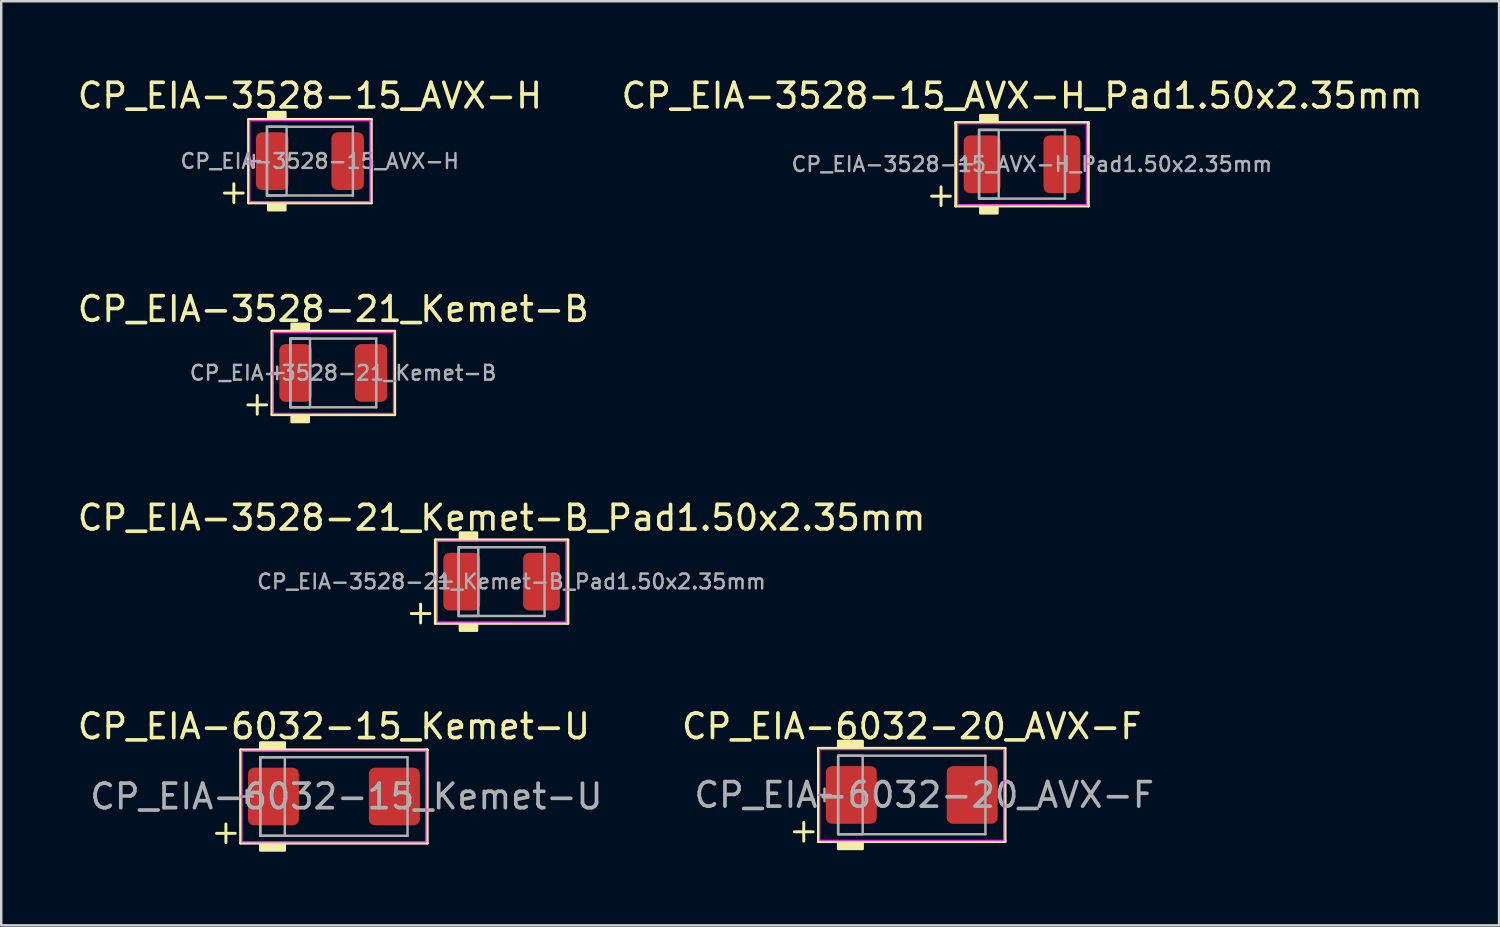
<source format=kicad_pcb>
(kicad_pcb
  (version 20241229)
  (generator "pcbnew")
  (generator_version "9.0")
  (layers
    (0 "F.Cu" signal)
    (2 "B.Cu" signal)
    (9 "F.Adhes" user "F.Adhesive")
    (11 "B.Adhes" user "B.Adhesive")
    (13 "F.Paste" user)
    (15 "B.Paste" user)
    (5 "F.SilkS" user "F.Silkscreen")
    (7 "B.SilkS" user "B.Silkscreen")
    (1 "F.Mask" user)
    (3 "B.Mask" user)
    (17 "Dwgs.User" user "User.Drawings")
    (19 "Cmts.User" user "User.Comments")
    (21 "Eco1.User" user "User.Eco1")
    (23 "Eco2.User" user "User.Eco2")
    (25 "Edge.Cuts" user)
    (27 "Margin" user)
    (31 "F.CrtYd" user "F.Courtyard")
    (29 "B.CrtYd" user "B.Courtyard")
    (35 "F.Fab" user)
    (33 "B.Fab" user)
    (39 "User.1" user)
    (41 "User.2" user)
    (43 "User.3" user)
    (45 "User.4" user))
  (footprint "CP_EIA-3528-15_AVX-H"
    (layer "F.Cu")
    (at 9.577 3.515)
    (property "Reference" "CP_EIA-3528-15_AVX-H" (at 0 -2.667 0) (layer "F.SilkS") (effects (font (size 1 1) (thickness 0.15))))
    (attr smd)
    (fp_line (start -3.481 1.3) (end -2.719 1.3) (stroke (width 0.12) (type solid)) (layer "F.SilkS"))
    (fp_line (start -3.1 0.919) (end -3.1 1.681) (stroke (width 0.12) (type solid)) (layer "F.SilkS"))
    (fp_line (start -2.5 -1.7) (end -2.5 1.7) (stroke (width 0.12) (type solid)) (layer "F.SilkS"))
    (fp_line (start -2.5 1.7) (end 2.5 1.7) (stroke (width 0.12) (type solid)) (layer "F.SilkS"))
    (fp_line (start 2.5 -1.7) (end -2.5 -1.7) (stroke (width 0.12) (type solid)) (layer "F.SilkS"))
    (fp_line (start 2.5 1.7) (end 2.5 -1.7) (stroke (width 0.12) (type solid)) (layer "F.SilkS"))
    (fp_poly (pts (xy -1 -1.7) (xy -1.7 -1.7) (xy -1.7 -2) (xy -1 -2)) (stroke (width 0.1) (type solid)) (fill yes) (layer "F.SilkS"))
    (fp_poly (pts (xy -1 2) (xy -1.7 2) (xy -1.7 1.7) (xy -1 1.7)) (stroke (width 0.1) (type solid)) (fill yes) (layer "F.SilkS"))
    (fp_line (start -2.45 -1.65) (end 2.45 -1.65) (stroke (width 0.05) (type solid)) (layer "F.CrtYd"))
    (fp_line (start -2.45 1.65) (end -2.45 -1.65) (stroke (width 0.05) (type solid)) (layer "F.CrtYd"))
    (fp_line (start 2.45 -1.65) (end 2.45 1.65) (stroke (width 0.05) (type solid)) (layer "F.CrtYd"))
    (fp_line (start 2.45 1.65) (end -2.45 1.65) (stroke (width 0.05) (type solid)) (layer "F.CrtYd"))
    (fp_line (start -2.286 -0.254) (end -2.286 0.254) (stroke (width 0.1) (type solid)) (layer "F.Fab"))
    (fp_line (start -2.032 0) (end -2.54 0) (stroke (width 0.1) (type solid)) (layer "F.Fab"))
    (fp_line (start -1.75 -1.4) (end -1.75 1.4) (stroke (width 0.1) (type solid)) (layer "F.Fab"))
    (fp_line (start -1.75 1.4) (end 1.75 1.4) (stroke (width 0.1) (type solid)) (layer "F.Fab"))
    (fp_line (start 1.75 -1.4) (end -1.75 -1.4) (stroke (width 0.1) (type solid)) (layer "F.Fab"))
    (fp_line (start 1.75 1.4) (end 1.75 -1.4) (stroke (width 0.1) (type solid)) (layer "F.Fab"))
    (fp_rect (start -1.75 -1.4) (end -0.95 1.4) (stroke (width 0.1) (type solid)) (fill no) (layer "F.Fab"))
    (fp_text user "${REFERENCE}" (at 0.4 0 0) (layer "F.Fab") (effects (font (size 0.6 0.6) (thickness 0.1))))
    (pad "1" smd roundrect (at -1.538 0) (size 1.325 2.35) (layers "F.Cu" "F.Mask" "F.Paste") (roundrect_rratio 0.189))
    (pad "2" smd roundrect (at 1.538 0) (size 1.325 2.35) (layers "F.Cu" "F.Mask" "F.Paste") (roundrect_rratio 0.189)))
  (footprint "CP_EIA-3528-21_Kemet-B"
    (layer "F.Cu")
    (at 10.53 12.144)
    (property "Reference" "CP_EIA-3528-21_Kemet-B" (at 0 -2.603 0) (layer "F.SilkS") (effects (font (size 1 1) (thickness 0.15))))
    (attr smd)
    (fp_line (start -3.481 1.3) (end -2.719 1.3) (stroke (width 0.12) (type solid)) (layer "F.SilkS"))
    (fp_line (start -3.1 0.919) (end -3.1 1.681) (stroke (width 0.12) (type solid)) (layer "F.SilkS"))
    (fp_line (start -2.5 -1.7) (end -2.5 1.7) (stroke (width 0.12) (type solid)) (layer "F.SilkS"))
    (fp_line (start -2.5 1.7) (end 2.5 1.7) (stroke (width 0.12) (type solid)) (layer "F.SilkS"))
    (fp_line (start 2.5 -1.7) (end -2.5 -1.7) (stroke (width 0.12) (type solid)) (layer "F.SilkS"))
    (fp_line (start 2.5 1.7) (end 2.5 -1.7) (stroke (width 0.12) (type solid)) (layer "F.SilkS"))
    (fp_poly (pts (xy -1 -1.7) (xy -1.7 -1.7) (xy -1.7 -2) (xy -1 -2)) (stroke (width 0.1) (type solid)) (fill yes) (layer "F.SilkS"))
    (fp_poly (pts (xy -1 2) (xy -1.7 2) (xy -1.7 1.7) (xy -1 1.7)) (stroke (width 0.1) (type solid)) (fill yes) (layer "F.SilkS"))
    (fp_line (start -2.45 -1.65) (end 2.45 -1.65) (stroke (width 0.05) (type solid)) (layer "F.CrtYd"))
    (fp_line (start -2.45 1.65) (end -2.45 -1.65) (stroke (width 0.05) (type solid)) (layer "F.CrtYd"))
    (fp_line (start 2.45 -1.65) (end 2.45 1.65) (stroke (width 0.05) (type solid)) (layer "F.CrtYd"))
    (fp_line (start 2.45 1.65) (end -2.45 1.65) (stroke (width 0.05) (type solid)) (layer "F.CrtYd"))
    (fp_line (start -2.286 -0.254) (end -2.286 0.254) (stroke (width 0.1) (type solid)) (layer "F.Fab"))
    (fp_line (start -2.032 0) (end -2.54 0) (stroke (width 0.1) (type solid)) (layer "F.Fab"))
    (fp_line (start -1.75 -1.4) (end -1.75 1.4) (stroke (width 0.1) (type solid)) (layer "F.Fab"))
    (fp_line (start -1.75 1.4) (end 1.75 1.4) (stroke (width 0.1) (type solid)) (layer "F.Fab"))
    (fp_line (start 1.75 -1.4) (end -1.75 -1.4) (stroke (width 0.1) (type solid)) (layer "F.Fab"))
    (fp_line (start 1.75 1.4) (end 1.75 -1.4) (stroke (width 0.1) (type solid)) (layer "F.Fab"))
    (fp_rect (start -1.75 -1.4) (end -0.95 1.4) (stroke (width 0.1) (type solid)) (fill no) (layer "F.Fab"))
    (fp_text user "${REFERENCE}" (at 0.4 0 0) (layer "F.Fab") (effects (font (size 0.6 0.6) (thickness 0.1))))
    (pad "1" smd roundrect (at -1.538 0) (size 1.325 2.35) (layers "F.Cu" "F.Mask" "F.Paste") (roundrect_rratio 0.189))
    (pad "2" smd roundrect (at 1.538 0) (size 1.325 2.35) (layers "F.Cu" "F.Mask" "F.Paste") (roundrect_rratio 0.189)))
  (footprint "CP_EIA-3528-21_Kemet-B_Pad1.50x2.35mm"
    (layer "F.Cu")
    (at 17.387 20.646)
    (property "Reference" "CP_EIA-3528-21_Kemet-B_Pad1.50x2.35mm" (at 0 -2.603 0) (layer "F.SilkS") (effects (font (size 1 1) (thickness 0.15))))
    (attr smd)
    (fp_line (start -3.681 1.3) (end -2.919 1.3) (stroke (width 0.12) (type solid)) (layer "F.SilkS"))
    (fp_line (start -3.3 0.919) (end -3.3 1.681) (stroke (width 0.12) (type solid)) (layer "F.SilkS"))
    (fp_line (start -2.7 -1.7) (end -2.7 1.7) (stroke (width 0.12) (type solid)) (layer "F.SilkS"))
    (fp_line (start -2.7 1.7) (end 2.7 1.7) (stroke (width 0.12) (type solid)) (layer "F.SilkS"))
    (fp_line (start 2.7 -1.7) (end -2.7 -1.7) (stroke (width 0.12) (type solid)) (layer "F.SilkS"))
    (fp_line (start 2.7 1.7) (end 2.7 -1.7) (stroke (width 0.12) (type solid)) (layer "F.SilkS"))
    (fp_poly (pts (xy -1 -1.7) (xy -1.7 -1.7) (xy -1.7 -2) (xy -1 -2)) (stroke (width 0.1) (type solid)) (fill yes) (layer "F.SilkS"))
    (fp_poly (pts (xy -1 2) (xy -1.7 2) (xy -1.7 1.7) (xy -1 1.7)) (stroke (width 0.1) (type solid)) (fill yes) (layer "F.SilkS"))
    (fp_line (start -2.62 -1.65) (end 2.62 -1.65) (stroke (width 0.05) (type solid)) (layer "F.CrtYd"))
    (fp_line (start -2.62 1.65) (end -2.62 -1.65) (stroke (width 0.05) (type solid)) (layer "F.CrtYd"))
    (fp_line (start 2.62 -1.65) (end 2.62 1.65) (stroke (width 0.05) (type solid)) (layer "F.CrtYd"))
    (fp_line (start 2.62 1.65) (end -2.62 1.65) (stroke (width 0.05) (type solid)) (layer "F.CrtYd"))
    (fp_line (start -2.286 -0.254) (end -2.286 0.254) (stroke (width 0.1) (type solid)) (layer "F.Fab"))
    (fp_line (start -2.032 0) (end -2.54 0) (stroke (width 0.1) (type solid)) (layer "F.Fab"))
    (fp_line (start -1.75 -1.4) (end -1.75 1.4) (stroke (width 0.1) (type solid)) (layer "F.Fab"))
    (fp_line (start -1.75 1.4) (end 1.75 1.4) (stroke (width 0.1) (type solid)) (layer "F.Fab"))
    (fp_line (start 1.75 -1.4) (end -1.75 -1.4) (stroke (width 0.1) (type solid)) (layer "F.Fab"))
    (fp_line (start 1.75 1.4) (end 1.75 -1.4) (stroke (width 0.1) (type solid)) (layer "F.Fab"))
    (fp_rect (start -1.75 -1.4) (end -0.95 1.4) (stroke (width 0.1) (type solid)) (fill no) (layer "F.Fab"))
    (fp_text user "${REFERENCE}" (at 0.4 0 0) (layer "F.Fab") (effects (font (size 0.6 0.6) (thickness 0.1))))
    (pad "1" smd roundrect (at -1.625 0) (size 1.5 2.35) (layers "F.Cu" "F.Mask" "F.Paste") (roundrect_rratio 0.167))
    (pad "2" smd roundrect (at 1.625 0) (size 1.5 2.35) (layers "F.Cu" "F.Mask" "F.Paste") (roundrect_rratio 0.167)))
  (footprint "CP_EIA-6032-20_AVX-F"
    (layer "F.Cu")
    (at 34.097 29.338)
    (property "Reference" "CP_EIA-6032-20_AVX-F" (at 0 -2.794 0) (layer "F.SilkS") (effects (font (size 1 1) (thickness 0.15))))
    (attr smd)
    (fp_line (start -4.781 1.5) (end -4.019 1.5) (stroke (width 0.12) (type solid)) (layer "F.SilkS"))
    (fp_line (start -4.4 1.119) (end -4.4 1.881) (stroke (width 0.12) (type solid)) (layer "F.SilkS"))
    (fp_line (start -3.8 -1.9) (end -3.8 1.9) (stroke (width 0.12) (type solid)) (layer "F.SilkS"))
    (fp_line (start -3.8 1.9) (end 3.8 1.9) (stroke (width 0.12) (type solid)) (layer "F.SilkS"))
    (fp_line (start 3.8 -1.9) (end -3.8 -1.9) (stroke (width 0.12) (type solid)) (layer "F.SilkS"))
    (fp_line (start 3.8 1.9) (end 3.8 -1.9) (stroke (width 0.12) (type solid)) (layer "F.SilkS"))
    (fp_poly (pts (xy -2 -1.9) (xy -3 -1.9) (xy -3 -2.2) (xy -2 -2.2)) (stroke (width 0.1) (type solid)) (fill yes) (layer "F.SilkS"))
    (fp_poly (pts (xy -2 2.2) (xy -3 2.2) (xy -3 1.9) (xy -2 1.9)) (stroke (width 0.1) (type solid)) (fill yes) (layer "F.SilkS"))
    (fp_line (start -3.75 -1.85) (end 3.75 -1.85) (stroke (width 0.05) (type solid)) (layer "F.CrtYd"))
    (fp_line (start -3.75 1.85) (end -3.75 -1.85) (stroke (width 0.05) (type solid)) (layer "F.CrtYd"))
    (fp_line (start 3.75 -1.85) (end 3.75 1.85) (stroke (width 0.05) (type solid)) (layer "F.CrtYd"))
    (fp_line (start 3.75 1.85) (end -3.75 1.85) (stroke (width 0.05) (type solid)) (layer "F.CrtYd"))
    (fp_line (start -3.556 -0.254) (end -3.556 0.254) (stroke (width 0.1) (type solid)) (layer "F.Fab"))
    (fp_line (start -3.302 0) (end -3.81 0) (stroke (width 0.1) (type solid)) (layer "F.Fab"))
    (fp_line (start -3 -1.6) (end -3 1.6) (stroke (width 0.1) (type solid)) (layer "F.Fab"))
    (fp_line (start -3 1.6) (end 3 1.6) (stroke (width 0.1) (type solid)) (layer "F.Fab"))
    (fp_line (start 3 -1.6) (end -3 -1.6) (stroke (width 0.1) (type solid)) (layer "F.Fab"))
    (fp_line (start 3 1.6) (end 3 -1.6) (stroke (width 0.1) (type solid)) (layer "F.Fab"))
    (fp_rect (start -3 -1.6) (end -2 1.6) (stroke (width 0.1) (type solid)) (fill no) (layer "F.Fab"))
    (fp_text user "${REFERENCE}" (at 0.508 0 0) (layer "F.Fab") (effects (font (size 1 1) (thickness 0.15))))
    (pad "1" smd roundrect (at -2.462 0) (size 2.075 2.35) (layers "F.Cu" "F.Mask" "F.Paste") (roundrect_rratio 0.12))
    (pad "2" smd roundrect (at 2.462 0) (size 2.075 2.35) (layers "F.Cu" "F.Mask" "F.Paste") (roundrect_rratio 0.12)))
  (footprint "CP_EIA-6032-15_Kemet-U"
    (layer "F.Cu")
    (at 10.554 29.401)
    (property "Reference" "CP_EIA-6032-15_Kemet-U" (at 0 -2.857 0) (layer "F.SilkS") (effects (font (size 1 1) (thickness 0.15))))
    (attr smd)
    (fp_line (start -4.781 1.5) (end -4.019 1.5) (stroke (width 0.12) (type solid)) (layer "F.SilkS"))
    (fp_line (start -4.4 1.119) (end -4.4 1.881) (stroke (width 0.12) (type solid)) (layer "F.SilkS"))
    (fp_line (start -3.8 -1.9) (end -3.8 1.9) (stroke (width 0.12) (type solid)) (layer "F.SilkS"))
    (fp_line (start -3.8 1.9) (end 3.8 1.9) (stroke (width 0.12) (type solid)) (layer "F.SilkS"))
    (fp_line (start 3.8 -1.9) (end -3.8 -1.9) (stroke (width 0.12) (type solid)) (layer "F.SilkS"))
    (fp_line (start 3.8 1.9) (end 3.8 -1.9) (stroke (width 0.12) (type solid)) (layer "F.SilkS"))
    (fp_poly (pts (xy -2 -1.9) (xy -3 -1.9) (xy -3 -2.2) (xy -2 -2.2)) (stroke (width 0.1) (type solid)) (fill yes) (layer "F.SilkS"))
    (fp_poly (pts (xy -2 2.2) (xy -3 2.2) (xy -3 1.9) (xy -2 1.9)) (stroke (width 0.1) (type solid)) (fill yes) (layer "F.SilkS"))
    (fp_line (start -3.75 -1.85) (end 3.75 -1.85) (stroke (width 0.05) (type solid)) (layer "F.CrtYd"))
    (fp_line (start -3.75 1.85) (end -3.75 -1.85) (stroke (width 0.05) (type solid)) (layer "F.CrtYd"))
    (fp_line (start 3.75 -1.85) (end 3.75 1.85) (stroke (width 0.05) (type solid)) (layer "F.CrtYd"))
    (fp_line (start 3.75 1.85) (end -3.75 1.85) (stroke (width 0.05) (type solid)) (layer "F.CrtYd"))
    (fp_line (start -3.556 -0.254) (end -3.556 0.254) (stroke (width 0.1) (type solid)) (layer "F.Fab"))
    (fp_line (start -3.302 0) (end -3.81 0) (stroke (width 0.1) (type solid)) (layer "F.Fab"))
    (fp_line (start -3 -1.6) (end -3 1.6) (stroke (width 0.1) (type solid)) (layer "F.Fab"))
    (fp_line (start -3 1.6) (end 3 1.6) (stroke (width 0.1) (type solid)) (layer "F.Fab"))
    (fp_line (start 3 -1.6) (end -3 -1.6) (stroke (width 0.1) (type solid)) (layer "F.Fab"))
    (fp_line (start 3 1.6) (end 3 -1.6) (stroke (width 0.1) (type solid)) (layer "F.Fab"))
    (fp_rect (start -3 -1.6) (end -2 1.6) (stroke (width 0.1) (type solid)) (fill no) (layer "F.Fab"))
    (fp_text user "${REFERENCE}" (at 0.508 0 0) (layer "F.Fab") (effects (font (size 1 1) (thickness 0.15))))
    (pad "1" smd roundrect (at -2.462 0) (size 2.075 2.35) (layers "F.Cu" "F.Mask" "F.Paste") (roundrect_rratio 0.12))
    (pad "2" smd roundrect (at 2.462 0) (size 2.075 2.35) (layers "F.Cu" "F.Mask" "F.Paste") (roundrect_rratio 0.12)))
  (footprint "CP_EIA-3528-15_AVX-H_Pad1.50x2.35mm"
    (layer "F.Cu")
    (at 38.589 3.642)
    (property "Reference" "CP_EIA-3528-15_AVX-H_Pad1.50x2.35mm" (at 0 -2.794 0) (layer "F.SilkS") (effects (font (size 1 1) (thickness 0.15))))
    (attr smd)
    (fp_line (start -3.681 1.3) (end -2.919 1.3) (stroke (width 0.12) (type solid)) (layer "F.SilkS"))
    (fp_line (start -3.3 0.919) (end -3.3 1.681) (stroke (width 0.12) (type solid)) (layer "F.SilkS"))
    (fp_line (start -2.7 -1.7) (end -2.7 1.7) (stroke (width 0.12) (type solid)) (layer "F.SilkS"))
    (fp_line (start -2.7 1.7) (end 2.7 1.7) (stroke (width 0.12) (type solid)) (layer "F.SilkS"))
    (fp_line (start 2.7 -1.7) (end -2.7 -1.7) (stroke (width 0.12) (type solid)) (layer "F.SilkS"))
    (fp_line (start 2.7 1.7) (end 2.7 -1.7) (stroke (width 0.12) (type solid)) (layer "F.SilkS"))
    (fp_poly (pts (xy -1 -1.7) (xy -1.7 -1.7) (xy -1.7 -2) (xy -1 -2)) (stroke (width 0.1) (type solid)) (fill yes) (layer "F.SilkS"))
    (fp_poly (pts (xy -1 2) (xy -1.7 2) (xy -1.7 1.7) (xy -1 1.7)) (stroke (width 0.1) (type solid)) (fill yes) (layer "F.SilkS"))
    (fp_line (start -2.62 -1.65) (end 2.62 -1.65) (stroke (width 0.05) (type solid)) (layer "F.CrtYd"))
    (fp_line (start -2.62 1.65) (end -2.62 -1.65) (stroke (width 0.05) (type solid)) (layer "F.CrtYd"))
    (fp_line (start 2.62 -1.65) (end 2.62 1.65) (stroke (width 0.05) (type solid)) (layer "F.CrtYd"))
    (fp_line (start 2.62 1.65) (end -2.62 1.65) (stroke (width 0.05) (type solid)) (layer "F.CrtYd"))
    (fp_line (start -2.286 -0.254) (end -2.286 0.254) (stroke (width 0.1) (type solid)) (layer "F.Fab"))
    (fp_line (start -2.032 0) (end -2.54 0) (stroke (width 0.1) (type solid)) (layer "F.Fab"))
    (fp_line (start -1.75 -1.4) (end -1.75 1.4) (stroke (width 0.1) (type solid)) (layer "F.Fab"))
    (fp_line (start -1.75 1.4) (end 1.75 1.4) (stroke (width 0.1) (type solid)) (layer "F.Fab"))
    (fp_line (start 1.75 -1.4) (end -1.75 -1.4) (stroke (width 0.1) (type solid)) (layer "F.Fab"))
    (fp_line (start 1.75 1.4) (end 1.75 -1.4) (stroke (width 0.1) (type solid)) (layer "F.Fab"))
    (fp_rect (start -1.75 -1.4) (end -0.95 1.4) (stroke (width 0.1) (type solid)) (fill no) (layer "F.Fab"))
    (fp_text user "${REFERENCE}" (at 0.4 0 0) (layer "F.Fab") (effects (font (size 0.6 0.6) (thickness 0.1))))
    (pad "1" smd roundrect (at -1.625 0) (size 1.5 2.35) (layers "F.Cu" "F.Mask" "F.Paste") (roundrect_rratio 0.167))
    (pad "2" smd roundrect (at 1.625 0) (size 1.5 2.35) (layers "F.Cu" "F.Mask" "F.Paste") (roundrect_rratio 0.167)))
  (gr_rect
    (start -3 -3)
    (end 58.024 34.651)
    (stroke (width 0.1) (type default))
    (fill no)
    (layer "Edge.Cuts")))
</source>
